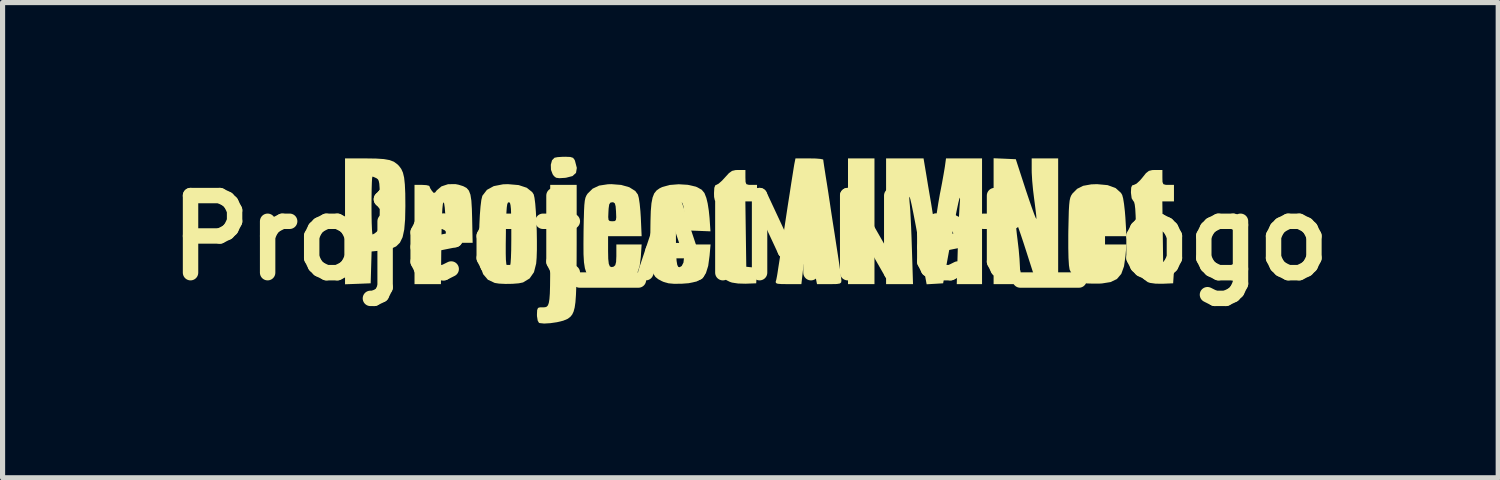
<source format=kicad_pcb>
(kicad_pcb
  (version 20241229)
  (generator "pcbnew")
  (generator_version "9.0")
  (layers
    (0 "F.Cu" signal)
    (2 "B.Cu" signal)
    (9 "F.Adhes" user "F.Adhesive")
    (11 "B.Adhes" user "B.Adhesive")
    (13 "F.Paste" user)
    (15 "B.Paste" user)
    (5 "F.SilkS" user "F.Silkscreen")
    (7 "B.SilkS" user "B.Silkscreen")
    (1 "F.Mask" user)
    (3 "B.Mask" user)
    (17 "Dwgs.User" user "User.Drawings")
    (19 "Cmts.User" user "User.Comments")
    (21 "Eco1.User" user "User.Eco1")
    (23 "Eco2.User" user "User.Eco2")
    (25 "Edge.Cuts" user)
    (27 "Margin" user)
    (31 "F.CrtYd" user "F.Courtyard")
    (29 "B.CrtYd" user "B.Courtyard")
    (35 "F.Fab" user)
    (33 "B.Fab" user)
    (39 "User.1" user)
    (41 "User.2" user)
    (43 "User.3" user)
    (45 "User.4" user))
  (footprint "Project_AIMNet_logo"
    (layer "F.Cu")
    (at 11.55 1.577)
    (property "Reference" "Project_AIMNet_logo" (at 0 0 0) (layer "F.SilkS") (effects (font (size 1.5 1.5) (thickness 0.3))))
    (attr board_only exclude_from_pos_files exclude_from_bom)
    (fp_poly (pts (xy 2.414 -0.322) (xy 2.414 0.901) (xy 2.157 0.901) (xy 1.899 0.901) (xy 1.899 -0.322) (xy 1.899 -1.545) (xy 2.157 -1.545) (xy 2.414 -1.545)) (stroke (width 0) (type solid)) (fill yes) (layer "F.SilkS"))
    (fp_poly (pts (xy -3.504 -1.573) (xy -3.45 -1.556) (xy -3.42 -1.516) (xy -3.412 -1.495) (xy -3.377 -1.36) (xy -3.393 -1.263) (xy -3.462 -1.201) (xy -3.587 -1.169) (xy -3.616 -1.166) (xy -3.72 -1.16) (xy -3.781 -1.169) (xy -3.821 -1.2) (xy -3.847 -1.236) (xy -3.88 -1.323) (xy -3.883 -1.422) (xy -3.86 -1.508) (xy -3.812 -1.558) (xy -3.811 -1.558) (xy -3.751 -1.57) (xy -3.654 -1.576) (xy -3.602 -1.577)) (stroke (width 0) (type solid)) (fill yes) (layer "F.SilkS"))
    (fp_poly (pts (xy -5.678 -1.033) (xy -5.588 -1.005) (xy -5.522 -0.97) (xy -5.477 -0.918) (xy -5.447 -0.839) (xy -5.429 -0.723) (xy -5.419 -0.561) (xy -5.414 -0.383) (xy -5.404 0.097) (xy -5.663 0.097) (xy -5.921 0.097) (xy -5.931 -0.298) (xy -5.937 -0.464) (xy -5.947 -0.591) (xy -5.959 -0.67) (xy -5.972 -0.692) (xy -5.983 -0.661) (xy -5.993 -0.568) (xy -6.001 -0.418) (xy -6.007 -0.214) (xy -6.012 0.041) (xy -6.013 0.105) (xy -6.021 0.901) (xy -6.278 0.901) (xy -6.535 0.901) (xy -6.535 -0.064) (xy -6.535 -1.03) (xy -6.39 -1.03) (xy -6.304 -1.025) (xy -6.252 -1.012) (xy -6.245 -1.004) (xy -6.228 -0.961) (xy -6.199 -0.916) (xy -6.162 -0.874) (xy -6.135 -0.881) (xy -6.101 -0.925) (xy -6.01 -1.001) (xy -5.883 -1.043) (xy -5.739 -1.045)) (stroke (width 0) (type solid)) (fill yes) (layer "F.SilkS"))
    (fp_poly (pts (xy -3.38 0.098) (xy -3.381 0.433) (xy -3.383 0.71) (xy -3.387 0.934) (xy -3.394 1.113) (xy -3.404 1.252) (xy -3.419 1.357) (xy -3.44 1.435) (xy -3.466 1.491) (xy -3.499 1.533) (xy -3.539 1.565) (xy -3.558 1.578) (xy -3.643 1.613) (xy -3.763 1.642) (xy -3.894 1.661) (xy -4.014 1.668) (xy -4.1 1.659) (xy -4.113 1.655) (xy -4.138 1.612) (xy -4.152 1.526) (xy -4.153 1.494) (xy -4.149 1.406) (xy -4.132 1.364) (xy -4.092 1.352) (xy -4.075 1.352) (xy -4.029 1.353) (xy -3.991 1.35) (xy -3.962 1.339) (xy -3.939 1.313) (xy -3.922 1.266) (xy -3.91 1.191) (xy -3.902 1.084) (xy -3.898 0.937) (xy -3.896 0.745) (xy -3.895 0.503) (xy -3.895 0.202) (xy -3.895 0.141) (xy -3.895 -1.03) (xy -3.638 -1.03) (xy -3.38 -1.03)) (stroke (width 0) (type solid)) (fill yes) (layer "F.SilkS"))
    (fp_poly (pts (xy 4.948 -1.539) (xy 5.164 -1.529) (xy 5.363 -0.917) (xy 5.424 -0.736) (xy 5.477 -0.583) (xy 5.52 -0.465) (xy 5.55 -0.39) (xy 5.564 -0.367) (xy 5.565 -0.37) (xy 5.562 -0.429) (xy 5.55 -0.533) (xy 5.533 -0.667) (xy 5.521 -0.757) (xy 5.5 -0.927) (xy 5.483 -1.106) (xy 5.474 -1.263) (xy 5.473 -1.312) (xy 5.473 -1.545) (xy 5.73 -1.545) (xy 5.988 -1.545) (xy 5.988 -0.322) (xy 5.988 0.901) (xy 5.78 0.901) (xy 5.572 0.901) (xy 5.375 0.287) (xy 5.315 0.101) (xy 5.261 -0.061) (xy 5.216 -0.19) (xy 5.184 -0.278) (xy 5.167 -0.315) (xy 5.165 -0.315) (xy 5.164 -0.28) (xy 5.171 -0.194) (xy 5.184 -0.072) (xy 5.199 0.05) (xy 5.22 0.228) (xy 5.236 0.413) (xy 5.245 0.579) (xy 5.247 0.652) (xy 5.247 0.901) (xy 4.99 0.901) (xy 4.732 0.901) (xy 4.732 -0.323) (xy 4.732 -1.548)) (stroke (width 0) (type solid)) (fill yes) (layer "F.SilkS"))
    (fp_poly (pts (xy -0.097 -1.175) (xy -0.094 -1.086) (xy -0.078 -1.044) (xy -0.034 -1.031) (xy 0.016 -1.03) (xy 0.129 -1.03) (xy 0.129 -0.869) (xy 0.129 -0.708) (xy 0.015 -0.708) (xy -0.098 -0.708) (xy -0.089 -0.072) (xy -0.08 0.563) (xy 0.026 0.574) (xy 0.09 0.583) (xy 0.12 0.607) (xy 0.126 0.664) (xy 0.122 0.735) (xy 0.113 0.885) (xy -0.097 0.893) (xy -0.24 0.889) (xy -0.358 0.871) (xy -0.402 0.856) (xy -0.462 0.826) (xy -0.508 0.79) (xy -0.542 0.741) (xy -0.567 0.669) (xy -0.584 0.567) (xy -0.594 0.427) (xy -0.601 0.239) (xy -0.606 -0.004) (xy -0.606 -0.024) (xy -0.61 -0.256) (xy -0.615 -0.431) (xy -0.621 -0.556) (xy -0.63 -0.638) (xy -0.64 -0.686) (xy -0.654 -0.706) (xy -0.662 -0.708) (xy -0.692 -0.728) (xy -0.706 -0.794) (xy -0.708 -0.869) (xy -0.702 -0.973) (xy -0.683 -1.022) (xy -0.663 -1.03) (xy -0.619 -1.053) (xy -0.551 -1.113) (xy -0.494 -1.175) (xy -0.418 -1.258) (xy -0.357 -1.302) (xy -0.289 -1.318) (xy -0.233 -1.32) (xy -0.097 -1.32)) (stroke (width 0) (type solid)) (fill yes) (layer "F.SilkS"))
    (fp_poly (pts (xy 8.016 -1.175) (xy 8.018 -1.086) (xy 8.035 -1.044) (xy 8.079 -1.031) (xy 8.129 -1.03) (xy 8.241 -1.03) (xy 8.241 -0.869) (xy 8.241 -0.708) (xy 8.128 -0.708) (xy 8.015 -0.708) (xy 8.023 -0.072) (xy 8.032 0.563) (xy 8.138 0.574) (xy 8.203 0.583) (xy 8.232 0.607) (xy 8.239 0.664) (xy 8.235 0.735) (xy 8.225 0.885) (xy 8.016 0.894) (xy 7.883 0.892) (xy 7.775 0.877) (xy 7.729 0.861) (xy 7.655 0.806) (xy 7.585 0.731) (xy 7.584 0.73) (xy 7.562 0.695) (xy 7.544 0.654) (xy 7.532 0.597) (xy 7.522 0.516) (xy 7.516 0.4) (xy 7.511 0.24) (xy 7.507 0.028) (xy 7.506 -0.026) (xy 7.501 -0.26) (xy 7.495 -0.436) (xy 7.488 -0.563) (xy 7.478 -0.647) (xy 7.465 -0.697) (xy 7.449 -0.718) (xy 7.418 -0.769) (xy 7.405 -0.87) (xy 7.404 -0.887) (xy 7.409 -0.978) (xy 7.428 -1.02) (xy 7.463 -1.03) (xy 7.513 -1.054) (xy 7.581 -1.117) (xy 7.63 -1.175) (xy 7.697 -1.259) (xy 7.753 -1.302) (xy 7.818 -1.318) (xy 7.877 -1.32) (xy 8.016 -1.32)) (stroke (width 0) (type solid)) (fill yes) (layer "F.SilkS"))
    (fp_poly (pts (xy -7.283 -1.542) (xy -7.131 -1.532) (xy -7.019 -1.512) (xy -6.936 -1.48) (xy -6.869 -1.431) (xy -6.837 -1.399) (xy -6.793 -1.34) (xy -6.76 -1.267) (xy -6.737 -1.17) (xy -6.723 -1.038) (xy -6.715 -0.863) (xy -6.713 -0.633) (xy -6.713 -0.612) (xy -6.718 -0.358) (xy -6.735 -0.16) (xy -6.767 -0.012) (xy -6.819 0.095) (xy -6.894 0.168) (xy -6.997 0.214) (xy -7.132 0.241) (xy -7.175 0.246) (xy -7.37 0.266) (xy -7.379 0.576) (xy -7.388 0.885) (xy -7.638 0.895) (xy -7.887 0.904) (xy -7.887 -0.321) (xy -7.887 -0.628) (xy -7.372 -0.628) (xy -7.371 -0.445) (xy -7.368 -0.288) (xy -7.363 -0.165) (xy -7.357 -0.087) (xy -7.351 -0.064) (xy -7.313 -0.084) (xy -7.27 -0.118) (xy -7.247 -0.145) (xy -7.231 -0.186) (xy -7.22 -0.251) (xy -7.214 -0.35) (xy -7.212 -0.495) (xy -7.211 -0.648) (xy -7.212 -0.833) (xy -7.214 -0.965) (xy -7.22 -1.053) (xy -7.231 -1.107) (xy -7.247 -1.138) (xy -7.271 -1.157) (xy -7.273 -1.158) (xy -7.331 -1.185) (xy -7.354 -1.191) (xy -7.36 -1.161) (xy -7.365 -1.076) (xy -7.369 -0.948) (xy -7.371 -0.786) (xy -7.372 -0.628) (xy -7.887 -0.628) (xy -7.887 -1.545) (xy -7.487 -1.545)) (stroke (width 0) (type solid)) (fill yes) (layer "F.SilkS"))
    (fp_poly (pts (xy 3.427 -1.199) (xy 3.456 -1.021) (xy 3.488 -0.833) (xy 3.517 -0.664) (xy 3.528 -0.596) (xy 3.55 -0.457) (xy 3.567 -0.329) (xy 3.576 -0.235) (xy 3.577 -0.225) (xy 3.582 -0.201) (xy 3.592 -0.233) (xy 3.604 -0.315) (xy 3.609 -0.354) (xy 3.628 -0.498) (xy 3.656 -0.675) (xy 3.687 -0.853) (xy 3.7 -0.917) (xy 3.73 -1.074) (xy 3.757 -1.225) (xy 3.778 -1.348) (xy 3.785 -1.392) (xy 3.806 -1.545) (xy 4.157 -1.545) (xy 4.507 -1.545) (xy 4.507 -0.322) (xy 4.507 0.901) (xy 4.261 0.901) (xy 4.015 0.901) (xy 4.035 0.217) (xy 4.042 0.001) (xy 4.05 -0.205) (xy 4.057 -0.387) (xy 4.065 -0.534) (xy 4.071 -0.631) (xy 4.072 -0.644) (xy 4.079 -0.744) (xy 4.077 -0.783) (xy 4.066 -0.761) (xy 4.045 -0.678) (xy 4.014 -0.532) (xy 3.973 -0.325) (xy 3.922 -0.054) (xy 3.897 0.08) (xy 3.75 0.885) (xy 3.589 0.895) (xy 3.429 0.904) (xy 3.272 0.058) (xy 3.217 -0.239) (xy 3.172 -0.472) (xy 3.137 -0.644) (xy 3.112 -0.752) (xy 3.096 -0.8) (xy 3.091 -0.786) (xy 3.095 -0.712) (xy 3.103 -0.628) (xy 3.11 -0.536) (xy 3.118 -0.393) (xy 3.127 -0.212) (xy 3.135 -0.008) (xy 3.142 0.207) (xy 3.143 0.233) (xy 3.164 0.901) (xy 2.902 0.901) (xy 2.64 0.901) (xy 2.64 -0.322) (xy 2.64 -1.545) (xy 3.004 -1.545) (xy 3.369 -1.545)) (stroke (width 0) (type solid)) (fill yes) (layer "F.SilkS"))
    (fp_poly (pts (xy -4.509 -1.026) (xy -4.351 -0.974) (xy -4.245 -0.889) (xy -4.216 -0.844) (xy -4.201 -0.78) (xy -4.186 -0.664) (xy -4.174 -0.51) (xy -4.164 -0.33) (xy -4.157 -0.138) (xy -4.154 0.055) (xy -4.154 0.235) (xy -4.159 0.389) (xy -4.168 0.5) (xy -4.211 0.669) (xy -4.296 0.791) (xy -4.423 0.868) (xy -4.505 0.885) (xy -4.627 0.895) (xy -4.764 0.897) (xy -4.89 0.891) (xy -4.974 0.878) (xy -5.107 0.816) (xy -5.2 0.707) (xy -5.249 0.569) (xy -5.264 0.463) (xy -5.274 0.315) (xy -5.274 0.304) (xy -4.76 0.304) (xy -4.757 0.427) (xy -4.749 0.508) (xy -4.737 0.554) (xy -4.72 0.573) (xy -4.696 0.572) (xy -4.692 0.571) (xy -4.677 0.55) (xy -4.666 0.492) (xy -4.659 0.391) (xy -4.654 0.241) (xy -4.652 0.035) (xy -4.652 -0.067) (xy -4.652 -0.286) (xy -4.655 -0.448) (xy -4.659 -0.561) (xy -4.667 -0.634) (xy -4.677 -0.675) (xy -4.692 -0.691) (xy -4.7 -0.692) (xy -4.718 -0.684) (xy -4.731 -0.653) (xy -4.74 -0.591) (xy -4.747 -0.491) (xy -4.753 -0.345) (xy -4.757 -0.144) (xy -4.757 -0.098) (xy -4.76 0.132) (xy -4.76 0.304) (xy -5.274 0.304) (xy -5.278 0.137) (xy -5.278 -0.058) (xy -5.273 -0.255) (xy -5.264 -0.443) (xy -5.251 -0.608) (xy -5.235 -0.736) (xy -5.216 -0.814) (xy -5.214 -0.819) (xy -5.126 -0.933) (xy -4.993 -1.006) (xy -4.812 -1.041) (xy -4.717 -1.044)) (stroke (width 0) (type solid)) (fill yes) (layer "F.SilkS"))
    (fp_poly (pts (xy -1.217 -1.031) (xy -1.064 -0.996) (xy -1.035 -0.984) (xy -0.947 -0.935) (xy -0.894 -0.871) (xy -0.857 -0.776) (xy -0.831 -0.668) (xy -0.809 -0.526) (xy -0.794 -0.38) (xy -0.794 -0.377) (xy -0.777 -0.126) (xy -1.024 -0.136) (xy -1.272 -0.145) (xy -1.28 -0.354) (xy -1.289 -0.513) (xy -1.303 -0.617) (xy -1.324 -0.678) (xy -1.357 -0.704) (xy -1.385 -0.708) (xy -1.407 -0.706) (xy -1.423 -0.692) (xy -1.434 -0.659) (xy -1.442 -0.598) (xy -1.446 -0.5) (xy -1.448 -0.358) (xy -1.449 -0.163) (xy -1.449 -0.082) (xy -1.448 0.151) (xy -1.444 0.326) (xy -1.436 0.449) (xy -1.423 0.527) (xy -1.403 0.566) (xy -1.377 0.572) (xy -1.341 0.551) (xy -1.335 0.546) (xy -1.302 0.481) (xy -1.288 0.354) (xy -1.288 0.318) (xy -1.288 0.129) (xy -1.031 0.129) (xy -0.775 0.129) (xy -0.794 0.346) (xy -0.821 0.546) (xy -0.866 0.69) (xy -0.939 0.789) (xy -1.047 0.85) (xy -1.199 0.883) (xy -1.331 0.893) (xy -1.484 0.895) (xy -1.594 0.885) (xy -1.684 0.86) (xy -1.725 0.842) (xy -1.794 0.805) (xy -1.848 0.761) (xy -1.887 0.702) (xy -1.915 0.62) (xy -1.932 0.506) (xy -1.942 0.351) (xy -1.946 0.147) (xy -1.947 -0.064) (xy -1.944 -0.32) (xy -1.938 -0.52) (xy -1.925 -0.672) (xy -1.903 -0.784) (xy -1.871 -0.865) (xy -1.825 -0.922) (xy -1.765 -0.964) (xy -1.715 -0.988) (xy -1.57 -1.028) (xy -1.395 -1.042)) (stroke (width 0) (type solid)) (fill yes) (layer "F.SilkS"))
    (fp_poly (pts (xy 6.95 -1.025) (xy 7.106 -0.968) (xy 7.21 -0.874) (xy 7.234 -0.833) (xy 7.252 -0.768) (xy 7.27 -0.656) (xy 7.286 -0.514) (xy 7.296 -0.392) (xy 7.317 -0.032) (xy 6.991 -0.032) (xy 6.664 -0.032) (xy 6.664 0.254) (xy 6.667 0.402) (xy 6.676 0.495) (xy 6.693 0.545) (xy 6.709 0.558) (xy 6.751 0.565) (xy 6.776 0.54) (xy 6.789 0.474) (xy 6.793 0.355) (xy 6.793 0.333) (xy 6.793 0.129) (xy 7.055 0.129) (xy 7.317 0.129) (xy 7.298 0.354) (xy 7.269 0.555) (xy 7.216 0.702) (xy 7.131 0.802) (xy 7.008 0.861) (xy 6.84 0.888) (xy 6.783 0.891) (xy 6.658 0.891) (xy 6.552 0.888) (xy 6.488 0.88) (xy 6.487 0.879) (xy 6.357 0.815) (xy 6.256 0.71) (xy 6.211 0.618) (xy 6.198 0.535) (xy 6.189 0.392) (xy 6.185 0.197) (xy 6.185 -0.045) (xy 6.186 -0.135) (xy 6.191 -0.354) (xy 6.195 -0.515) (xy 6.664 -0.515) (xy 6.666 -0.407) (xy 6.677 -0.349) (xy 6.7 -0.325) (xy 6.728 -0.322) (xy 6.764 -0.329) (xy 6.784 -0.36) (xy 6.791 -0.43) (xy 6.793 -0.515) (xy 6.79 -0.623) (xy 6.78 -0.681) (xy 6.757 -0.705) (xy 6.728 -0.708) (xy 6.692 -0.701) (xy 6.673 -0.67) (xy 6.665 -0.601) (xy 6.664 -0.515) (xy 6.195 -0.515) (xy 6.195 -0.519) (xy 6.202 -0.638) (xy 6.211 -0.722) (xy 6.224 -0.781) (xy 6.241 -0.823) (xy 6.264 -0.859) (xy 6.357 -0.953) (xy 6.475 -1.012) (xy 6.632 -1.04) (xy 6.745 -1.044)) (stroke (width 0) (type solid)) (fill yes) (layer "F.SilkS"))
    (fp_poly (pts (xy -2.514 -1.029) (xy -2.356 -0.984) (xy -2.241 -0.912) (xy -2.189 -0.842) (xy -2.171 -0.775) (xy -2.154 -0.662) (xy -2.14 -0.518) (xy -2.132 -0.394) (xy -2.116 -0.032) (xy -2.442 -0.032) (xy -2.769 -0.032) (xy -2.769 0.256) (xy -2.766 0.408) (xy -2.755 0.506) (xy -2.734 0.557) (xy -2.698 0.57) (xy -2.659 0.56) (xy -2.629 0.532) (xy -2.613 0.469) (xy -2.608 0.358) (xy -2.608 0.335) (xy -2.608 0.129) (xy -2.362 0.129) (xy -2.116 0.129) (xy -2.132 0.372) (xy -2.154 0.549) (xy -2.197 0.676) (xy -2.27 0.77) (xy -2.381 0.843) (xy -2.385 0.845) (xy -2.531 0.891) (xy -2.706 0.902) (xy -2.882 0.879) (xy -3.025 0.829) (xy -3.097 0.788) (xy -3.152 0.74) (xy -3.192 0.678) (xy -3.22 0.593) (xy -3.238 0.477) (xy -3.247 0.321) (xy -3.248 0.117) (xy -3.246 -0.134) (xy -3.242 -0.354) (xy -3.24 -0.403) (xy -2.766 -0.403) (xy -2.76 -0.348) (xy -2.737 -0.326) (xy -2.691 -0.322) (xy -2.688 -0.322) (xy -2.641 -0.325) (xy -2.617 -0.346) (xy -2.61 -0.399) (xy -2.614 -0.5) (xy -2.614 -0.507) (xy -2.622 -0.613) (xy -2.637 -0.669) (xy -2.665 -0.69) (xy -2.688 -0.692) (xy -2.725 -0.684) (xy -2.747 -0.649) (xy -2.758 -0.573) (xy -2.762 -0.507) (xy -2.766 -0.403) (xy -3.24 -0.403) (xy -3.237 -0.519) (xy -3.231 -0.638) (xy -3.222 -0.722) (xy -3.209 -0.781) (xy -3.191 -0.823) (xy -3.168 -0.859) (xy -3.07 -0.956) (xy -2.943 -1.016) (xy -2.773 -1.042) (xy -2.703 -1.044)) (stroke (width 0) (type solid)) (fill yes) (layer "F.SilkS"))
    (fp_poly (pts (xy 1.27 -1.543) (xy 1.363 -1.535) (xy 1.412 -1.525) (xy 1.417 -1.521) (xy 1.422 -1.481) (xy 1.435 -1.392) (xy 1.454 -1.271) (xy 1.465 -1.199) (xy 1.491 -1.038) (xy 1.517 -0.872) (xy 1.538 -0.731) (xy 1.543 -0.7) (xy 1.557 -0.605) (xy 1.579 -0.459) (xy 1.607 -0.278) (xy 1.639 -0.075) (xy 1.671 0.135) (xy 1.671 0.135) (xy 1.702 0.334) (xy 1.729 0.513) (xy 1.75 0.664) (xy 1.764 0.774) (xy 1.771 0.832) (xy 1.771 0.836) (xy 1.765 0.869) (xy 1.74 0.889) (xy 1.681 0.899) (xy 1.576 0.901) (xy 1.533 0.901) (xy 1.296 0.901) (xy 1.276 0.801) (xy 1.261 0.695) (xy 1.256 0.608) (xy 1.249 0.545) (xy 1.214 0.519) (xy 1.146 0.515) (xy 1.036 0.515) (xy 1.014 0.708) (xy 0.992 0.901) (xy 0.735 0.901) (xy 0.607 0.9) (xy 0.532 0.894) (xy 0.498 0.88) (xy 0.492 0.857) (xy 0.495 0.845) (xy 0.5 0.828) (xy 0.505 0.809) (xy 0.51 0.783) (xy 0.518 0.743) (xy 0.528 0.683) (xy 0.541 0.596) (xy 0.56 0.475) (xy 0.585 0.316) (xy 0.616 0.11) (xy 0.644 -0.073) (xy 1.096 -0.073) (xy 1.098 0.049) (xy 1.103 0.126) (xy 1.114 0.17) (xy 1.13 0.189) (xy 1.155 0.193) (xy 1.162 0.193) (xy 1.202 0.187) (xy 1.218 0.158) (xy 1.217 0.088) (xy 1.212 0.04) (xy 1.202 -0.057) (xy 1.191 -0.197) (xy 1.179 -0.358) (xy 1.172 -0.467) (xy 1.16 -0.626) (xy 1.147 -0.723) (xy 1.134 -0.76) (xy 1.122 -0.74) (xy 1.111 -0.664) (xy 1.103 -0.536) (xy 1.098 -0.356) (xy 1.097 -0.249) (xy 1.096 -0.073) (xy 0.644 -0.073) (xy 0.655 -0.149) (xy 0.691 -0.386) (xy 0.728 -0.631) (xy 0.764 -0.86) (xy 0.795 -1.063) (xy 0.822 -1.232) (xy 0.842 -1.358) (xy 0.854 -1.431) (xy 0.856 -1.441) (xy 0.877 -1.545) (xy 1.147 -1.545)) (stroke (width 0) (type solid)) (fill yes) (layer "F.SilkS")))
  (gr_rect
    (start -3 -3)
    (end 26.1 6.246)
    (stroke (width 0.1) (type default))
    (fill no)
    (layer "Edge.Cuts")))
</source>
